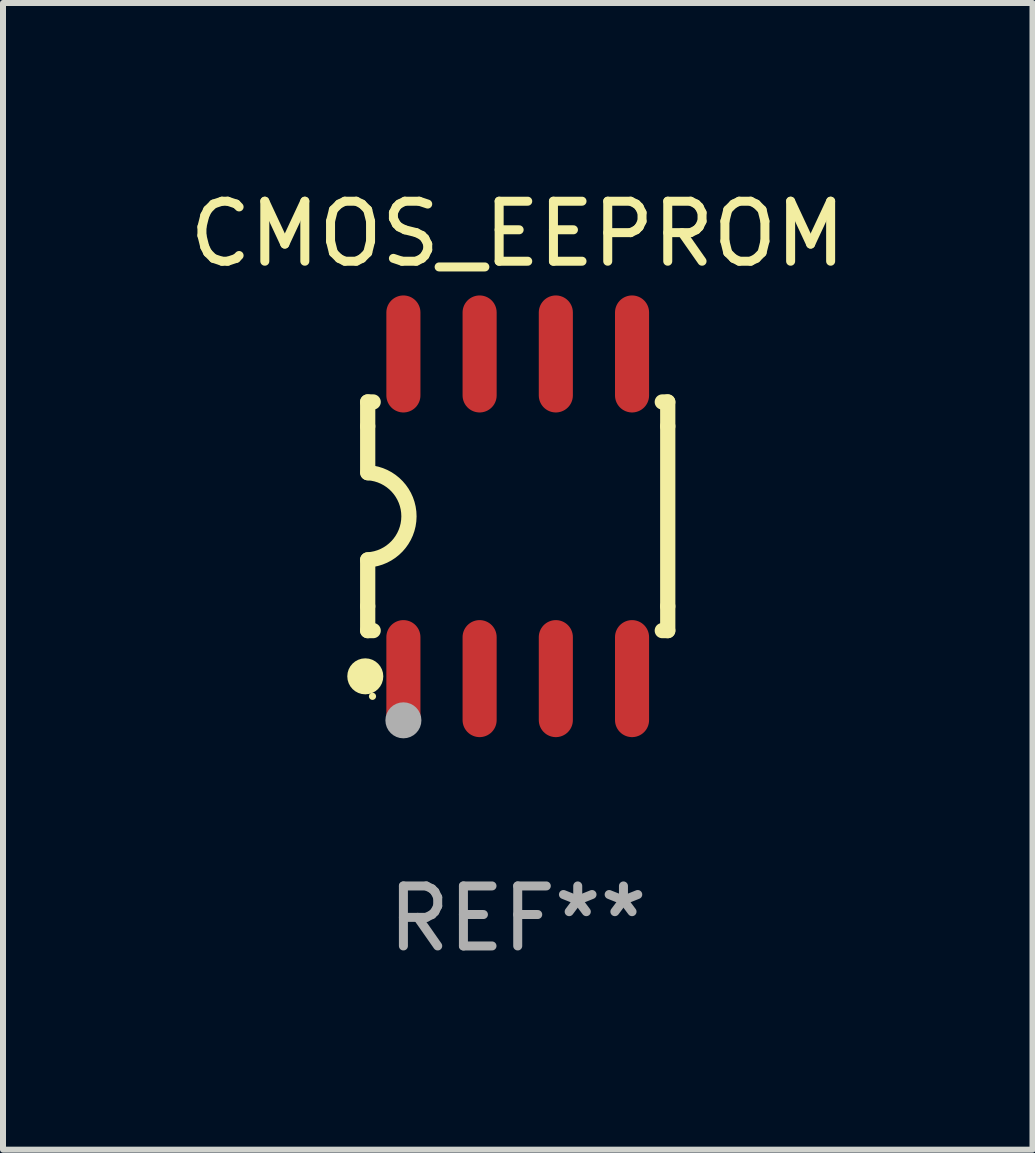
<source format=kicad_pcb>
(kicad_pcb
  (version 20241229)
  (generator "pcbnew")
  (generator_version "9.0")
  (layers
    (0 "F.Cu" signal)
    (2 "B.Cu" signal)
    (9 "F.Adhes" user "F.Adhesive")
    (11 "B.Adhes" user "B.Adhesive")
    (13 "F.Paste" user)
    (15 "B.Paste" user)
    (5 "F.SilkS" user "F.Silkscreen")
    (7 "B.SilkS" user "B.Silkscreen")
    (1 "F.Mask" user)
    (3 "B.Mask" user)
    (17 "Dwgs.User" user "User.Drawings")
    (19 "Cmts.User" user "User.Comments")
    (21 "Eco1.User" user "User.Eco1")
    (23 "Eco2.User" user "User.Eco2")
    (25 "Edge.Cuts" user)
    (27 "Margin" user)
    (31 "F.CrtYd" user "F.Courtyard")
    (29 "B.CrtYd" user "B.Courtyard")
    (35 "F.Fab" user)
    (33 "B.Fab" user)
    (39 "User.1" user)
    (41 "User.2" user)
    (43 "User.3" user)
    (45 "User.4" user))
  (footprint "CMOS_EEPROM"
    (layer "F.Cu")
    (at 5.577 5.553)
    (property "Reference" "CMOS_EEPROM" (at 0 -4.705 0) (layer "F.SilkS") (effects (font (size 1 1) (thickness 0.15))))
    (attr through_hole)
    (fp_line (start -2.5 -1.905) (end -2.409 -1.905) (stroke (width 0.254) (type solid)) (layer "F.SilkS"))
    (fp_line (start -2.5 -1.5) (end -2.5 -1.905) (stroke (width 0.254) (type solid)) (layer "F.SilkS"))
    (fp_line (start -2.5 -1.5) (end -2.5 -0.726) (stroke (width 0.254) (type solid)) (layer "F.SilkS"))
    (fp_line (start -2.5 1.5) (end -2.5 0.727) (stroke (width 0.254) (type solid)) (layer "F.SilkS"))
    (fp_line (start -2.5 1.5) (end -2.5 1.905) (stroke (width 0.254) (type solid)) (layer "F.SilkS"))
    (fp_line (start -2.5 1.905) (end -2.409 1.905) (stroke (width 0.254) (type solid)) (layer "F.SilkS"))
    (fp_line (start 2.5 -1.905) (end 2.409 -1.905) (stroke (width 0.254) (type solid)) (layer "F.SilkS"))
    (fp_line (start 2.5 -1.5) (end 2.5 -1.905) (stroke (width 0.254) (type solid)) (layer "F.SilkS"))
    (fp_line (start 2.5 -1.5) (end 2.5 1.5) (stroke (width 0.254) (type solid)) (layer "F.SilkS"))
    (fp_line (start 2.5 1.5) (end 2.5 1.905) (stroke (width 0.254) (type solid)) (layer "F.SilkS"))
    (fp_line (start 2.5 1.905) (end 2.409 1.905) (stroke (width 0.254) (type solid)) (layer "F.SilkS"))
    (fp_arc (start -2.495098 -0.726289) (mid -1.812145 0.002452) (end -2.499999 0.726568) (stroke (width 0.254001) (type solid)) (layer "F.SilkS"))
    (fp_circle (center -2.54 2.667) (end -2.39 2.667) (stroke (width 0.3) (type solid)) (fill no) (layer "F.SilkS"))
    (fp_circle (center -2.42 3) (end -2.39 3) (stroke (width 0.06) (type solid)) (fill no) (layer "F.SilkS"))
    (fp_circle (center -1.905 3.4) (end -1.755 3.4) (stroke (width 0.3) (type solid)) (fill no) (layer "F.Fab"))
    (fp_text user "REF**" (at 0 6.705 0) (layer "F.Fab") (effects (font (size 1 1) (thickness 0.15))))
    (pad "1" smd oval (at -1.905 2.705) (size 0.568 1.95) (layers "F.Cu" "F.Mask" "F.Paste"))
    (pad "2" smd oval (at -0.635 2.705) (size 0.568 1.95) (layers "F.Cu" "F.Mask" "F.Paste"))
    (pad "3" smd oval (at 0.635 2.705) (size 0.568 1.95) (layers "F.Cu" "F.Mask" "F.Paste"))
    (pad "4" smd oval (at 1.905 2.705) (size 0.568 1.95) (layers "F.Cu" "F.Mask" "F.Paste"))
    (pad "5" smd oval (at 1.905 -2.705) (size 0.568 1.95) (layers "F.Cu" "F.Mask" "F.Paste"))
    (pad "6" smd oval (at 0.635 -2.705) (size 0.568 1.95) (layers "F.Cu" "F.Mask" "F.Paste"))
    (pad "7" smd oval (at -0.635 -2.705) (size 0.568 1.95) (layers "F.Cu" "F.Mask" "F.Paste"))
    (pad "8" smd oval (at -1.905 -2.705) (size 0.568 1.95) (layers "F.Cu" "F.Mask" "F.Paste")))
  (gr_rect
    (start -3 -3)
    (end 14.155 16.107)
    (stroke (width 0.1) (type default))
    (fill no)
    (layer "Edge.Cuts")))
</source>
